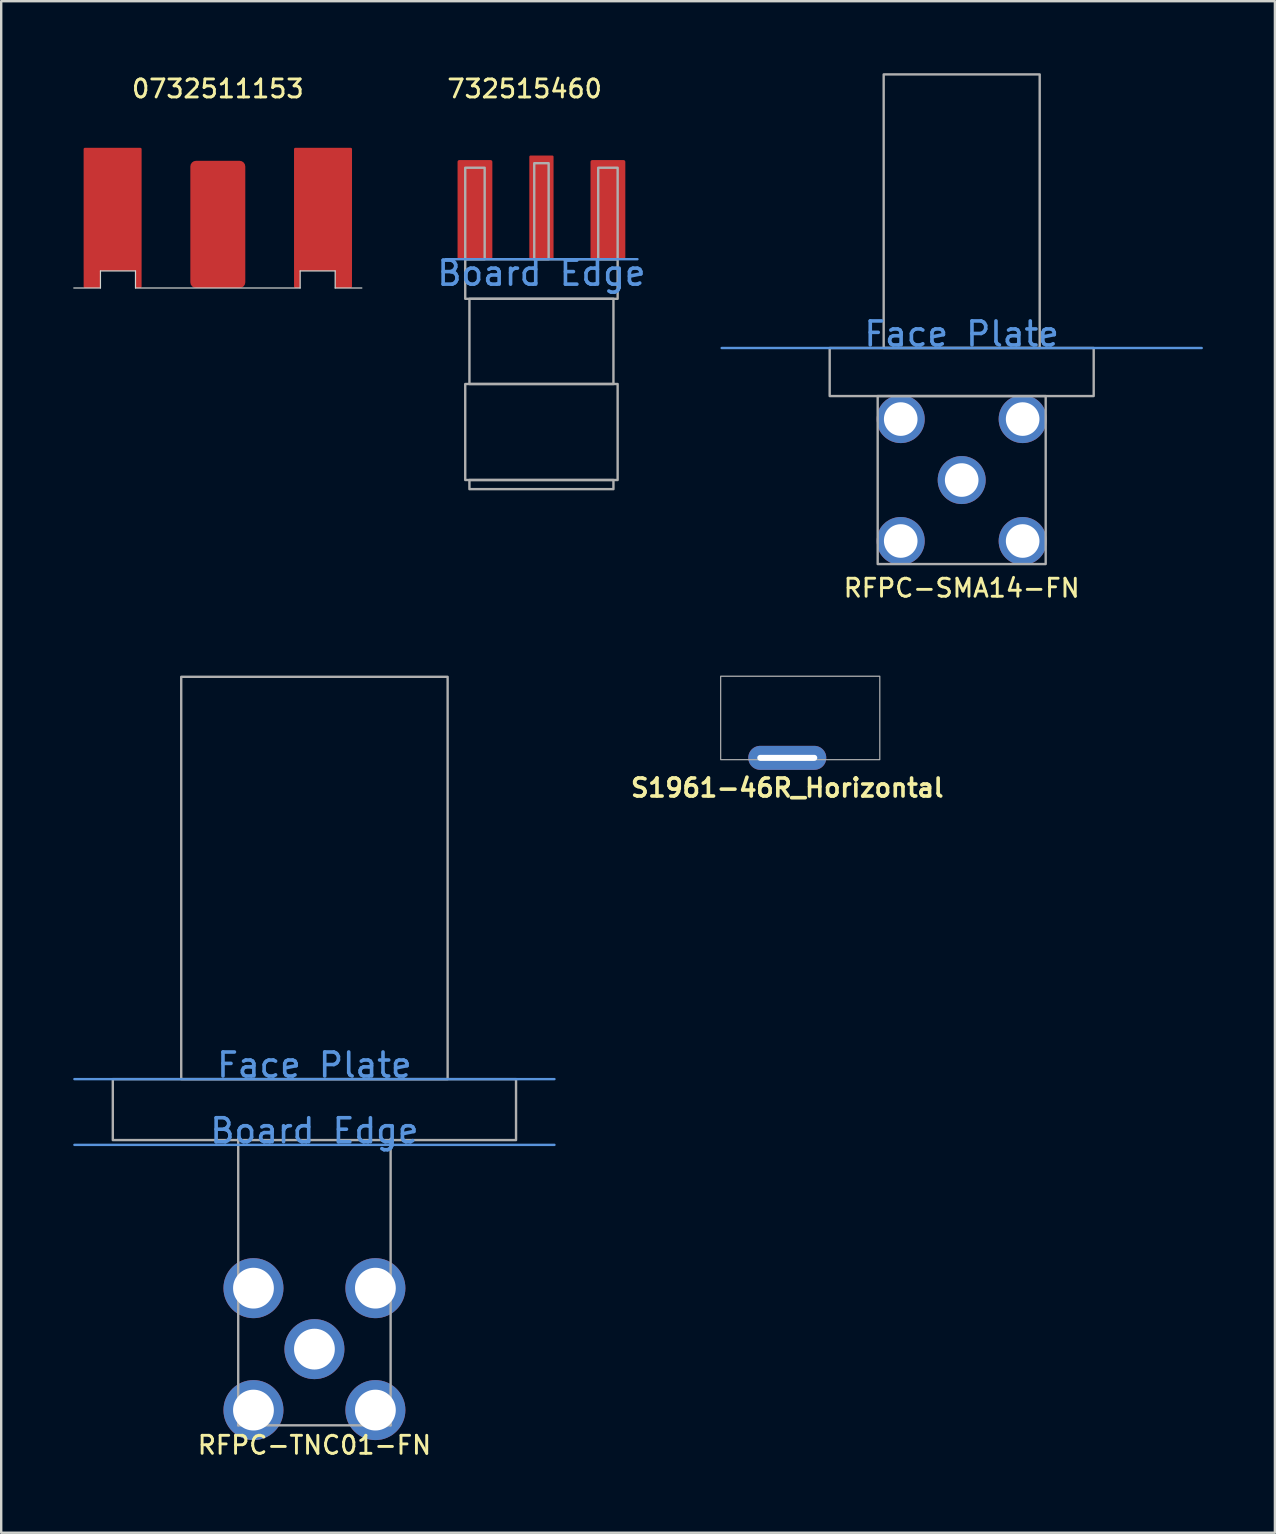
<source format=kicad_pcb>
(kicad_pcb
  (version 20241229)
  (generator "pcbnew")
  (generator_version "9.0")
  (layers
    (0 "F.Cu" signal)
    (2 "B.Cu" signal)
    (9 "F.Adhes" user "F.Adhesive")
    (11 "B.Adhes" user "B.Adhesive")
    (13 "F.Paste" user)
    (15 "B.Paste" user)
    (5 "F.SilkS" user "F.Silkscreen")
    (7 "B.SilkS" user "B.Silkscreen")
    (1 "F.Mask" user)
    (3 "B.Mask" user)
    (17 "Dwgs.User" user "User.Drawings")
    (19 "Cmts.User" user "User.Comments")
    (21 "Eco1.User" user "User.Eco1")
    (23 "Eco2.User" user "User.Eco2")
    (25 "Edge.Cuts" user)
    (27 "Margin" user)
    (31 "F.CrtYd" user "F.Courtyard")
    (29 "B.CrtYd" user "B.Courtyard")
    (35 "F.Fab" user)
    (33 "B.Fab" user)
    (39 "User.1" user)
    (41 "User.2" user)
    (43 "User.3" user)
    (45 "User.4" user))
  (footprint "RFPC-TNC01-FN"
    (layer "F.Cu")
    (at 10.05 53.159)
    (property "Reference" "RFPC-TNC01-FN" (at 0 4 0) (unlocked yes) (layer "F.SilkS") (effects (font (size 0.75 0.75) (thickness 0.12))))
    (attr smd)
    (fp_line (start -10 -11.25) (end 10 -11.25) (stroke (width 0.1) (type default)) (layer "Cmts.User"))
    (fp_line (start -10 -8.51) (end 10 -8.51) (stroke (width 0.1) (type solid)) (layer "Cmts.User"))
    (fp_line (start -3.175 -8.765) (end -3.175 3.175) (stroke (width 0.1) (type solid)) (layer "F.Fab"))
    (fp_line (start -3.175 3.175) (end 3.175 3.175) (stroke (width 0.1) (type solid)) (layer "F.Fab"))
    (fp_line (start 3.175 3.175) (end 3.175 -8.765) (stroke (width 0.1) (type solid)) (layer "F.Fab"))
    (fp_rect (start -8.4 -11.25) (end 8.4 -8.71) (stroke (width 0.1) (type solid)) (fill no) (layer "F.Fab"))
    (fp_rect (start -5.55 -28.01) (end 5.55 -11.25) (stroke (width 0.1) (type solid)) (fill no) (layer "F.Fab"))
    (fp_text user "Face Plate" (at 0 -11.25 0) (unlocked yes) (layer "Cmts.User") (effects (font (size 1 1) (thickness 0.15)) (justify bottom)))
    (fp_text user "Board Edge" (at 0 -8.51 0) (unlocked yes) (layer "Cmts.User") (effects (font (size 1 1) (thickness 0.15)) (justify bottom)))
    (pad "1" thru_hole circle (at 0 0) (size 2.5 2.5) (drill 1.7) (layers "*.Cu" "*.Mask"))
    (pad "2" thru_hole circle (at -2.54 -2.54) (size 2.5 2.5) (drill 1.7) (layers "*.Cu" "*.Mask"))
    (pad "3" thru_hole circle (at 2.54 -2.54) (size 2.5 2.5) (drill 1.7) (layers "*.Cu" "*.Mask"))
    (pad "4" thru_hole circle (at 2.54 2.54) (size 2.5 2.5) (drill 1.7) (layers "*.Cu" "*.Mask"))
    (pad "5" thru_hole circle (at -2.54 2.54) (size 2.5 2.5) (drill 1.7) (layers "*.Cu" "*.Mask")))
  (footprint "S1961-46R_Horizontal"
    (layer "F.Cu")
    (at 29.75 28.524)
    (property "Reference" "S1961-46R_Horizontal" (at 0 1.25 0) (unlocked yes) (layer "F.SilkS") (effects (font (size 0.75 0.75) (thickness 0.15))))
    (attr smd)
    (fp_rect (start -2.775 -3.4) (end 3.855 0.075) (stroke (width 0.05) (type solid)) (fill no) (layer "F.Fab"))
    (fp_rect (start -1.125 -0.075) (end 1.125 0.075) (stroke (width 0.05) (type solid)) (fill no) (layer "F.Fab"))
    (pad "1" thru_hole oval (at 0 0) (size 3.25 1) (drill oval 2.5 0.25) (layers "*.Cu" "*.Mask")))
  (footprint "0732511153"
    (layer "F.Cu")
    (at 6.025 8.949)
    (property "Reference" "0732511153" (at 0 -8.3 0) (unlocked yes) (layer "F.SilkS") (effects (font (size 0.75 0.75) (thickness 0.12))))
    (attr smd)
    (fp_line (start -6 0) (end -4.89 0) (stroke (width 0.05) (type default)) (layer "Edge.Cuts"))
    (fp_line (start -4.89 -0.71) (end -3.43 -0.71) (stroke (width 0.05) (type default)) (layer "Edge.Cuts"))
    (fp_line (start -4.89 0) (end -4.89 -0.71) (stroke (width 0.05) (type default)) (layer "Edge.Cuts"))
    (fp_line (start -3.43 -0.71) (end -3.43 0) (stroke (width 0.05) (type default)) (layer "Edge.Cuts"))
    (fp_line (start -3.43 0) (end 3.43 0) (stroke (width 0.05) (type default)) (layer "Edge.Cuts"))
    (fp_line (start 3.43 -0.71) (end 4.89 -0.71) (stroke (width 0.05) (type default)) (layer "Edge.Cuts"))
    (fp_line (start 3.43 0) (end 3.43 -0.71) (stroke (width 0.05) (type default)) (layer "Edge.Cuts"))
    (fp_line (start 4.89 -0.71) (end 4.89 0) (stroke (width 0.05) (type default)) (layer "Edge.Cuts"))
    (fp_line (start 4.89 0) (end 6 0) (stroke (width 0.05) (type default)) (layer "Edge.Cuts"))
    (pad "1" smd roundrect (at 0 -2.65) (size 2.29 5.3) (layers "F.Cu" "F.Mask" "F.Paste") (roundrect_rratio 0.104))
    (pad "2" smd custom (at -4.383 -3.275) (size 2.415 2.415) (layers "F.Cu" "F.Mask" "F.Paste") (options (anchor circle)) (primitives (gr_poly (pts (xy -1.208 -2.515) (xy -1.204 -2.534) (xy -1.193 -2.55) (xy -1.177 -2.561) (xy -1.157 -2.565) (xy 1.157 -2.565) (xy 1.177 -2.561) (xy 1.193 -2.55) (xy 1.204 -2.534) (xy 1.208 -2.515) (xy 1.208 2.515) (xy 1.204 2.534) (xy 1.193 2.55) (xy 1.177 2.561) (xy 1.157 2.565) (xy -1.157 2.565) (xy -1.177 2.561) (xy -1.193 2.55) (xy -1.204 2.534) (xy -1.208 2.515)) (width 0) (fill yes)) (gr_rect (start 1.002 2.475) (end 1.157 3.225) (width 0.1) (fill yes)) (gr_rect (start -1.157 2.475) (end -0.557 3.225) (width 0.1) (fill yes))))
    (pad "2" smd custom (at 4.383 -3.275) (size 2.415 2.415) (layers "F.Cu" "F.Mask" "F.Paste") (options (anchor circle)) (primitives (gr_poly (pts (xy 1.208 -2.515) (xy 1.204 -2.534) (xy 1.193 -2.55) (xy 1.177 -2.561) (xy 1.157 -2.565) (xy -1.157 -2.565) (xy -1.177 -2.561) (xy -1.193 -2.55) (xy -1.204 -2.534) (xy -1.208 -2.515) (xy -1.208 2.515) (xy -1.204 2.534) (xy -1.193 2.55) (xy -1.177 2.561) (xy -1.157 2.565) (xy 1.157 2.565) (xy 1.177 2.561) (xy 1.193 2.55) (xy 1.204 2.534) (xy 1.208 2.515)) (width 0) (fill yes)) (gr_rect (start -1.157 2.475) (end -1.002 3.225) (width 0.1) (fill yes)) (gr_rect (start 0.557 2.475) (end 1.157 3.225) (width 0.1) (fill yes)))))
  (footprint "RFPC-SMA14-FN"
    (layer "F.Cu")
    (at 37.017 16.95)
    (property "Reference" "RFPC-SMA14-FN" (at 0 4.5 0) (unlocked yes) (layer "F.SilkS") (effects (font (size 0.75 0.75) (thickness 0.12))))
    (attr smd)
    (fp_line (start -10 -5.5) (end 10 -5.5) (stroke (width 0.1) (type default)) (layer "Cmts.User"))
    (fp_rect (start -5.5 -5.5) (end 5.5 -3.5) (stroke (width 0.1) (type default)) (fill no) (layer "F.Fab"))
    (fp_rect (start -3.5 -3.5) (end 3.5 3.5) (stroke (width 0.1) (type default)) (fill no) (layer "F.Fab"))
    (fp_rect (start -3.25 -16.9) (end 3.25 -5.5) (stroke (width 0.1) (type solid)) (fill no) (layer "F.Fab"))
    (fp_text user "Face Plate" (at 0 -5.5 0) (unlocked yes) (layer "Cmts.User") (effects (font (size 1 1) (thickness 0.15)) (justify bottom)))
    (pad "1" thru_hole circle (at 0 0) (size 2 2) (drill 1.4) (layers "*.Cu" "*.Mask"))
    (pad "2" thru_hole circle (at -2.54 -2.54) (size 2 2) (drill 1.4) (layers "*.Cu" "*.Mask"))
    (pad "3" thru_hole circle (at 2.54 -2.54) (size 2 2) (drill 1.4) (layers "*.Cu" "*.Mask"))
    (pad "4" thru_hole circle (at 2.54 2.54) (size 2 2) (drill 1.4) (layers "*.Cu" "*.Mask"))
    (pad "5" thru_hole circle (at -2.54 2.54) (size 2 2) (drill 1.4) (layers "*.Cu" "*.Mask")))
  (footprint "732515460"
    (layer "F.Cu")
    (at 19.508 7.749)
    (property "Reference" "732515460" (at -0.7 -7.1 0) (unlocked yes) (layer "F.SilkS") (effects (font (size 0.75 0.75) (thickness 0.12))))
    (attr smd)
    (fp_line (start -4 0) (end 4 0) (stroke (width 0.1) (type default)) (layer "Cmts.User"))
    (fp_rect (start -3.175 -3.81) (end -2.365 0) (stroke (width 0.1) (type solid)) (fill no) (layer "F.Fab"))
    (fp_rect (start -3.175 0) (end 3.175 1.65) (stroke (width 0.1) (type solid)) (fill no) (layer "F.Fab"))
    (fp_rect (start -3.175 5.2) (end 3.175 9.2) (stroke (width 0.1) (type solid)) (fill no) (layer "F.Fab"))
    (fp_rect (start -3 1.65) (end 3 5.2) (stroke (width 0.1) (type solid)) (fill no) (layer "F.Fab"))
    (fp_rect (start -3 9.2) (end 3 9.581) (stroke (width 0.1) (type solid)) (fill no) (layer "F.Fab"))
    (fp_rect (start -0.3 -4) (end 0.3 0) (stroke (width 0.1) (type default)) (fill no) (layer "F.Fab"))
    (fp_rect (start 2.365 -3.81) (end 3.175 0) (stroke (width 0.1) (type solid)) (fill no) (layer "F.Fab"))
    (fp_text user "Board Edge" (at 0 0 0) (unlocked yes) (layer "Cmts.User") (effects (font (size 1 1) (thickness 0.15)) (justify top)))
    (pad "1" smd roundrect (at 0 -2.16) (size 1.01 4.32) (layers "F.Cu" "F.Mask" "F.Paste") (roundrect_rratio 0.05))
    (pad "2" smd roundrect (at -2.77 -2.065) (size 1.45 4.13) (layers "F.Cu" "F.Mask" "F.Paste") (roundrect_rratio 0.05))
    (pad "2" smd roundrect (at 2.77 -2.065) (size 1.45 4.13) (layers "F.Cu" "F.Mask" "F.Paste") (roundrect_rratio 0.05)))
  (gr_rect
    (start -3 -3)
    (end 50.067 60.809)
    (stroke (width 0.1) (type default))
    (fill no)
    (layer "Edge.Cuts")))
</source>
